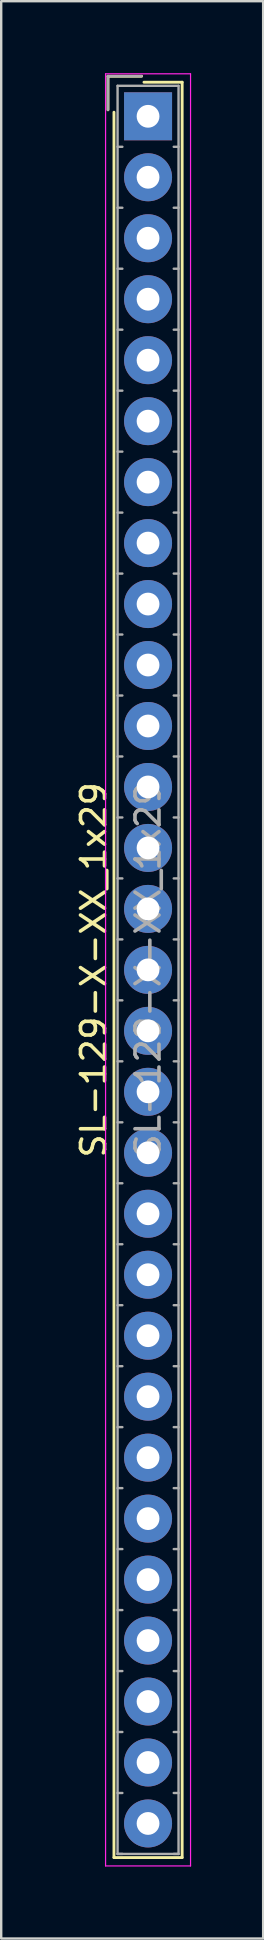
<source format=kicad_pcb>
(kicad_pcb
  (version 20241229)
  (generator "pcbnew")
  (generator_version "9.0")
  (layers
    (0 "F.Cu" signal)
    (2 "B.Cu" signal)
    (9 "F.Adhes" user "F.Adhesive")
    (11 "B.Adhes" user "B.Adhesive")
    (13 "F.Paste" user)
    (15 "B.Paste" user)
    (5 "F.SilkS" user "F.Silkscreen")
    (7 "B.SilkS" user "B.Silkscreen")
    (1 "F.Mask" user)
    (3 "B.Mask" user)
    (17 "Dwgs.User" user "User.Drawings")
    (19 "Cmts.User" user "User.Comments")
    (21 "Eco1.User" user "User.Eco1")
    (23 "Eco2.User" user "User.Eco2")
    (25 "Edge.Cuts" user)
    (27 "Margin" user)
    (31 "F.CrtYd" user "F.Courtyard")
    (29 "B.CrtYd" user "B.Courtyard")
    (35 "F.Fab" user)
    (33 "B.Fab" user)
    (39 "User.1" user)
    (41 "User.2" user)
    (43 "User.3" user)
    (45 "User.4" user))
  (footprint "SL-129-X-XX_1x29"
    (layer "F.Cu")
    (at 3.118 1.795)
    (property "Reference" "SL-129-X-XX_1x29" (at -2.27 35.56 90) (layer "F.SilkS") (effects (font (size 1 1) (thickness 0.15))))
    (attr through_hole)
    (fp_line (start -1.67 -1.67) (end -1.67 -0.27) (stroke (width 0.12) (type solid)) (layer "F.SilkS"))
    (fp_line (start -1.42 72.54) (end -1.42 -0.17) (stroke (width 0.12) (type solid)) (layer "F.SilkS"))
    (fp_line (start -0.27 -1.67) (end -1.67 -1.67) (stroke (width 0.12) (type solid)) (layer "F.SilkS"))
    (fp_line (start -0.17 -1.42) (end 1.42 -1.42) (stroke (width 0.12) (type solid)) (layer "F.SilkS"))
    (fp_line (start 1.42 -1.42) (end 1.42 72.54) (stroke (width 0.12) (type solid)) (layer "F.SilkS"))
    (fp_line (start 1.42 72.54) (end -1.42 72.54) (stroke (width 0.12) (type solid)) (layer "F.SilkS"))
    (fp_line (start -1.77 -1.77) (end -1.77 72.89) (stroke (width 0.05) (type solid)) (layer "F.CrtYd"))
    (fp_line (start -1.77 72.89) (end 1.77 72.89) (stroke (width 0.05) (type solid)) (layer "F.CrtYd"))
    (fp_line (start 1.77 -1.77) (end -1.77 -1.77) (stroke (width 0.05) (type solid)) (layer "F.CrtYd"))
    (fp_line (start 1.77 72.89) (end 1.77 -1.77) (stroke (width 0.05) (type solid)) (layer "F.CrtYd"))
    (fp_line (start -1.67 -1.67) (end -1.67 -0.27) (stroke (width 0.1) (type solid)) (layer "F.Fab"))
    (fp_line (start -1.27 -1.27) (end -1.27 72.39) (stroke (width 0.1) (type solid)) (layer "F.Fab"))
    (fp_line (start -1.27 1.27) (end -1.07 1.27) (stroke (width 0.1) (type solid)) (layer "F.Fab"))
    (fp_line (start -1.27 3.81) (end -1.07 3.81) (stroke (width 0.1) (type solid)) (layer "F.Fab"))
    (fp_line (start -1.27 6.35) (end -1.07 6.35) (stroke (width 0.1) (type solid)) (layer "F.Fab"))
    (fp_line (start -1.27 8.89) (end -1.07 8.89) (stroke (width 0.1) (type solid)) (layer "F.Fab"))
    (fp_line (start -1.27 11.43) (end -1.07 11.43) (stroke (width 0.1) (type solid)) (layer "F.Fab"))
    (fp_line (start -1.27 13.97) (end -1.07 13.97) (stroke (width 0.1) (type solid)) (layer "F.Fab"))
    (fp_line (start -1.27 16.51) (end -1.07 16.51) (stroke (width 0.1) (type solid)) (layer "F.Fab"))
    (fp_line (start -1.27 19.05) (end -1.07 19.05) (stroke (width 0.1) (type solid)) (layer "F.Fab"))
    (fp_line (start -1.27 21.59) (end -1.07 21.59) (stroke (width 0.1) (type solid)) (layer "F.Fab"))
    (fp_line (start -1.27 24.13) (end -1.07 24.13) (stroke (width 0.1) (type solid)) (layer "F.Fab"))
    (fp_line (start -1.27 26.67) (end -1.07 26.67) (stroke (width 0.1) (type solid)) (layer "F.Fab"))
    (fp_line (start -1.27 29.21) (end -1.07 29.21) (stroke (width 0.1) (type solid)) (layer "F.Fab"))
    (fp_line (start -1.27 31.75) (end -1.07 31.75) (stroke (width 0.1) (type solid)) (layer "F.Fab"))
    (fp_line (start -1.27 34.29) (end -1.07 34.29) (stroke (width 0.1) (type solid)) (layer "F.Fab"))
    (fp_line (start -1.27 36.83) (end -1.07 36.83) (stroke (width 0.1) (type solid)) (layer "F.Fab"))
    (fp_line (start -1.27 39.37) (end -1.07 39.37) (stroke (width 0.1) (type solid)) (layer "F.Fab"))
    (fp_line (start -1.27 41.91) (end -1.07 41.91) (stroke (width 0.1) (type solid)) (layer "F.Fab"))
    (fp_line (start -1.27 44.45) (end -1.07 44.45) (stroke (width 0.1) (type solid)) (layer "F.Fab"))
    (fp_line (start -1.27 46.99) (end -1.07 46.99) (stroke (width 0.1) (type solid)) (layer "F.Fab"))
    (fp_line (start -1.27 49.53) (end -1.07 49.53) (stroke (width 0.1) (type solid)) (layer "F.Fab"))
    (fp_line (start -1.27 52.07) (end -1.07 52.07) (stroke (width 0.1) (type solid)) (layer "F.Fab"))
    (fp_line (start -1.27 54.61) (end -1.07 54.61) (stroke (width 0.1) (type solid)) (layer "F.Fab"))
    (fp_line (start -1.27 57.15) (end -1.07 57.15) (stroke (width 0.1) (type solid)) (layer "F.Fab"))
    (fp_line (start -1.27 59.69) (end -1.07 59.69) (stroke (width 0.1) (type solid)) (layer "F.Fab"))
    (fp_line (start -1.27 62.23) (end -1.07 62.23) (stroke (width 0.1) (type solid)) (layer "F.Fab"))
    (fp_line (start -1.27 64.77) (end -1.07 64.77) (stroke (width 0.1) (type solid)) (layer "F.Fab"))
    (fp_line (start -1.27 67.31) (end -1.07 67.31) (stroke (width 0.1) (type solid)) (layer "F.Fab"))
    (fp_line (start -1.27 69.85) (end -1.07 69.85) (stroke (width 0.1) (type solid)) (layer "F.Fab"))
    (fp_line (start -1.27 72.39) (end -1.07 72.39) (stroke (width 0.1) (type solid)) (layer "F.Fab"))
    (fp_line (start -1.27 72.39) (end 1.27 72.39) (stroke (width 0.1) (type solid)) (layer "F.Fab"))
    (fp_line (start -0.27 -1.67) (end -1.67 -1.67) (stroke (width 0.1) (type solid)) (layer "F.Fab"))
    (fp_line (start 1.27 -1.27) (end -1.27 -1.27) (stroke (width 0.1) (type solid)) (layer "F.Fab"))
    (fp_line (start 1.27 1.27) (end 1.07 1.27) (stroke (width 0.1) (type solid)) (layer "F.Fab"))
    (fp_line (start 1.27 3.81) (end 1.07 3.81) (stroke (width 0.1) (type solid)) (layer "F.Fab"))
    (fp_line (start 1.27 6.35) (end 1.07 6.35) (stroke (width 0.1) (type solid)) (layer "F.Fab"))
    (fp_line (start 1.27 8.89) (end 1.07 8.89) (stroke (width 0.1) (type solid)) (layer "F.Fab"))
    (fp_line (start 1.27 11.43) (end 1.07 11.43) (stroke (width 0.1) (type solid)) (layer "F.Fab"))
    (fp_line (start 1.27 13.97) (end 1.07 13.97) (stroke (width 0.1) (type solid)) (layer "F.Fab"))
    (fp_line (start 1.27 16.51) (end 1.07 16.51) (stroke (width 0.1) (type solid)) (layer "F.Fab"))
    (fp_line (start 1.27 19.05) (end 1.07 19.05) (stroke (width 0.1) (type solid)) (layer "F.Fab"))
    (fp_line (start 1.27 21.59) (end 1.07 21.59) (stroke (width 0.1) (type solid)) (layer "F.Fab"))
    (fp_line (start 1.27 24.13) (end 1.07 24.13) (stroke (width 0.1) (type solid)) (layer "F.Fab"))
    (fp_line (start 1.27 26.67) (end 1.07 26.67) (stroke (width 0.1) (type solid)) (layer "F.Fab"))
    (fp_line (start 1.27 29.21) (end 1.07 29.21) (stroke (width 0.1) (type solid)) (layer "F.Fab"))
    (fp_line (start 1.27 31.75) (end 1.07 31.75) (stroke (width 0.1) (type solid)) (layer "F.Fab"))
    (fp_line (start 1.27 34.29) (end 1.07 34.29) (stroke (width 0.1) (type solid)) (layer "F.Fab"))
    (fp_line (start 1.27 36.83) (end 1.07 36.83) (stroke (width 0.1) (type solid)) (layer "F.Fab"))
    (fp_line (start 1.27 39.37) (end 1.07 39.37) (stroke (width 0.1) (type solid)) (layer "F.Fab"))
    (fp_line (start 1.27 41.91) (end 1.07 41.91) (stroke (width 0.1) (type solid)) (layer "F.Fab"))
    (fp_line (start 1.27 44.45) (end 1.07 44.45) (stroke (width 0.1) (type solid)) (layer "F.Fab"))
    (fp_line (start 1.27 46.99) (end 1.07 46.99) (stroke (width 0.1) (type solid)) (layer "F.Fab"))
    (fp_line (start 1.27 49.53) (end 1.07 49.53) (stroke (width 0.1) (type solid)) (layer "F.Fab"))
    (fp_line (start 1.27 52.07) (end 1.07 52.07) (stroke (width 0.1) (type solid)) (layer "F.Fab"))
    (fp_line (start 1.27 54.61) (end 1.07 54.61) (stroke (width 0.1) (type solid)) (layer "F.Fab"))
    (fp_line (start 1.27 57.15) (end 1.07 57.15) (stroke (width 0.1) (type solid)) (layer "F.Fab"))
    (fp_line (start 1.27 59.69) (end 1.07 59.69) (stroke (width 0.1) (type solid)) (layer "F.Fab"))
    (fp_line (start 1.27 62.23) (end 1.07 62.23) (stroke (width 0.1) (type solid)) (layer "F.Fab"))
    (fp_line (start 1.27 64.77) (end 1.07 64.77) (stroke (width 0.1) (type solid)) (layer "F.Fab"))
    (fp_line (start 1.27 67.31) (end 1.07 67.31) (stroke (width 0.1) (type solid)) (layer "F.Fab"))
    (fp_line (start 1.27 69.85) (end 1.07 69.85) (stroke (width 0.1) (type solid)) (layer "F.Fab"))
    (fp_line (start 1.27 72.39) (end 1.07 72.39) (stroke (width 0.1) (type solid)) (layer "F.Fab"))
    (fp_line (start 1.27 72.39) (end 1.27 -1.27) (stroke (width 0.1) (type solid)) (layer "F.Fab"))
    (fp_text user "${REFERENCE}" (at 0 35.56 90) (layer "F.Fab") (effects (font (size 1 1) (thickness 0.15))))
    (pad "1" thru_hole rect (at 0 0) (size 2 2) (drill 0.95) (layers "*.Cu" "*.Mask"))
    (pad "2" thru_hole circle (at 0 2.54) (size 2 2) (drill 0.95) (layers "*.Cu" "*.Mask"))
    (pad "3" thru_hole circle (at 0 5.08) (size 2 2) (drill 0.95) (layers "*.Cu" "*.Mask"))
    (pad "4" thru_hole circle (at 0 7.62) (size 2 2) (drill 0.95) (layers "*.Cu" "*.Mask"))
    (pad "5" thru_hole circle (at 0 10.16) (size 2 2) (drill 0.95) (layers "*.Cu" "*.Mask"))
    (pad "6" thru_hole circle (at 0 12.7) (size 2 2) (drill 0.95) (layers "*.Cu" "*.Mask"))
    (pad "7" thru_hole circle (at 0 15.24) (size 2 2) (drill 0.95) (layers "*.Cu" "*.Mask"))
    (pad "8" thru_hole circle (at 0 17.78) (size 2 2) (drill 0.95) (layers "*.Cu" "*.Mask"))
    (pad "9" thru_hole circle (at 0 20.32) (size 2 2) (drill 0.95) (layers "*.Cu" "*.Mask"))
    (pad "10" thru_hole circle (at 0 22.86) (size 2 2) (drill 0.95) (layers "*.Cu" "*.Mask"))
    (pad "11" thru_hole circle (at 0 25.4) (size 2 2) (drill 0.95) (layers "*.Cu" "*.Mask"))
    (pad "12" thru_hole circle (at 0 27.94) (size 2 2) (drill 0.95) (layers "*.Cu" "*.Mask"))
    (pad "13" thru_hole circle (at 0 30.48) (size 2 2) (drill 0.95) (layers "*.Cu" "*.Mask"))
    (pad "14" thru_hole circle (at 0 33.02) (size 2 2) (drill 0.95) (layers "*.Cu" "*.Mask"))
    (pad "15" thru_hole circle (at 0 35.56) (size 2 2) (drill 0.95) (layers "*.Cu" "*.Mask"))
    (pad "16" thru_hole circle (at 0 38.1) (size 2 2) (drill 0.95) (layers "*.Cu" "*.Mask"))
    (pad "17" thru_hole circle (at 0 40.64) (size 2 2) (drill 0.95) (layers "*.Cu" "*.Mask"))
    (pad "18" thru_hole circle (at 0 43.18) (size 2 2) (drill 0.95) (layers "*.Cu" "*.Mask"))
    (pad "19" thru_hole circle (at 0 45.72) (size 2 2) (drill 0.95) (layers "*.Cu" "*.Mask"))
    (pad "20" thru_hole circle (at 0 48.26) (size 2 2) (drill 0.95) (layers "*.Cu" "*.Mask"))
    (pad "21" thru_hole circle (at 0 50.8) (size 2 2) (drill 0.95) (layers "*.Cu" "*.Mask"))
    (pad "22" thru_hole circle (at 0 53.34) (size 2 2) (drill 0.95) (layers "*.Cu" "*.Mask"))
    (pad "23" thru_hole circle (at 0 55.88) (size 2 2) (drill 0.95) (layers "*.Cu" "*.Mask"))
    (pad "24" thru_hole circle (at 0 58.42) (size 2 2) (drill 0.95) (layers "*.Cu" "*.Mask"))
    (pad "25" thru_hole circle (at 0 60.96) (size 2 2) (drill 0.95) (layers "*.Cu" "*.Mask"))
    (pad "26" thru_hole circle (at 0 63.5) (size 2 2) (drill 0.95) (layers "*.Cu" "*.Mask"))
    (pad "27" thru_hole circle (at 0 66.04) (size 2 2) (drill 0.95) (layers "*.Cu" "*.Mask"))
    (pad "28" thru_hole circle (at 0 68.58) (size 2 2) (drill 0.95) (layers "*.Cu" "*.Mask"))
    (pad "29" thru_hole circle (at 0 71.12) (size 2 2) (drill 0.95) (layers "*.Cu" "*.Mask")))
  (gr_rect
    (start -3 -3)
    (end 7.913 77.71)
    (stroke (width 0.1) (type default))
    (fill no)
    (layer "Edge.Cuts")))
</source>
